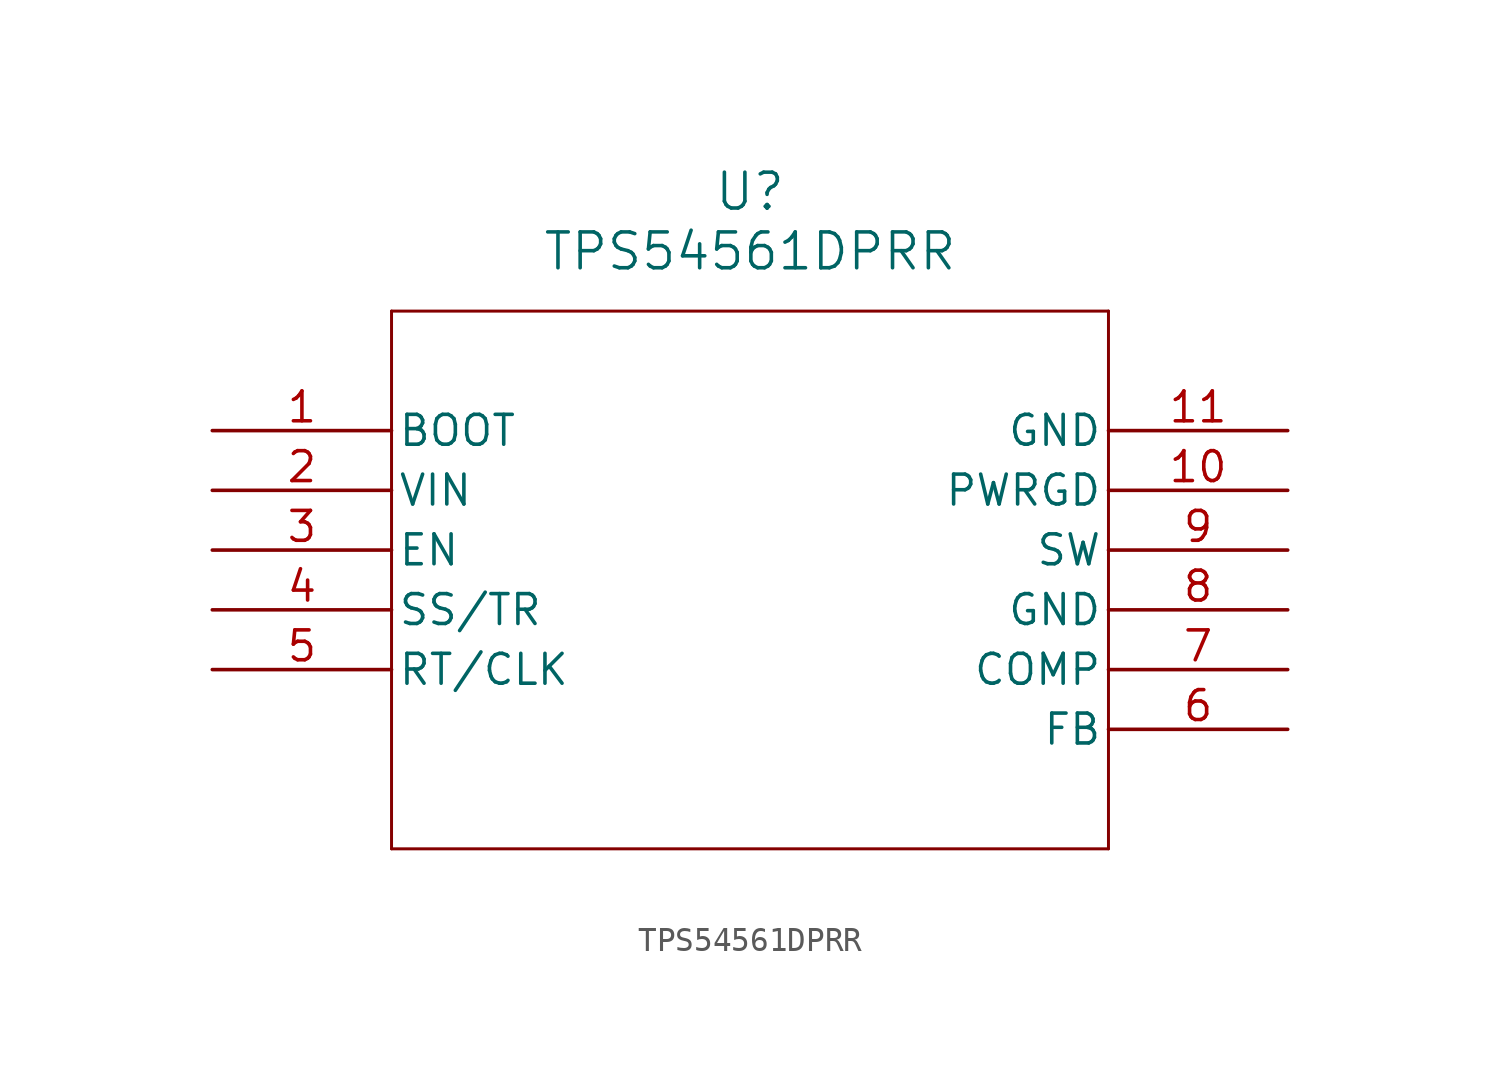
<source format=kicad_sym>
(kicad_symbol_lib
  (version 20211014)
  (generator kicad_symbol_editor)
  (symbol "TPS54561DPRR"
    (pin_names
      (offset 0.254))
    (property "Reference" "U"
      (at 22.86 10.16 0)
      (effects (font (size 1.524 1.524))))
    (property "Value" "TPS54561DPRR"
      (at 22.86 7.62 0)
      (effects (font (size 1.524 1.524))))
    (symbol "TPS54561DPRR_0_1"
      (polyline (pts (xy 7.62 5.08) (xy 7.62 -17.78)) (stroke (width 0.127) (type default) (color 0 0 0 0)) (fill (type none)))
      (polyline (pts (xy 7.62 -17.78) (xy 38.1 -17.78)) (stroke (width 0.127) (type default) (color 0 0 0 0)) (fill (type none)))
      (polyline (pts (xy 38.1 -17.78) (xy 38.1 5.08)) (stroke (width 0.127) (type default) (color 0 0 0 0)) (fill (type none)))
      (polyline (pts (xy 38.1 5.08) (xy 7.62 5.08)) (stroke (width 0.127) (type default) (color 0 0 0 0)) (fill (type none)))
      (pin output line (at 0 0 0) (length 7.62) (name "BOOT" (effects (font (size 1.27 1.27)))) (number "1" (effects (font (size 1.27 1.27)))))
      (pin power_in line (at 0 -2.54 0) (length 7.62) (name "VIN" (effects (font (size 1.27 1.27)))) (number "2" (effects (font (size 1.27 1.27)))))
      (pin input line (at 0 -5.08 0) (length 7.62) (name "EN" (effects (font (size 1.27 1.27)))) (number "3" (effects (font (size 1.27 1.27)))))
      (pin input line (at 0 -7.62 0) (length 7.62) (name "SS/TR" (effects (font (size 1.27 1.27)))) (number "4" (effects (font (size 1.27 1.27)))))
      (pin input line (at 0 -10.16 0) (length 7.62) (name "RT/CLK" (effects (font (size 1.27 1.27)))) (number "5" (effects (font (size 1.27 1.27)))))
      (pin input line (at 45.72 -12.7 180) (length 7.62) (name "FB" (effects (font (size 1.27 1.27)))) (number "6" (effects (font (size 1.27 1.27)))))
      (pin output line (at 45.72 -10.16 180) (length 7.62) (name "COMP" (effects (font (size 1.27 1.27)))) (number "7" (effects (font (size 1.27 1.27)))))
      (pin power_out line (at 45.72 -7.62 180) (length 7.62) (name "GND" (effects (font (size 1.27 1.27)))) (number "8" (effects (font (size 1.27 1.27)))))
      (pin input line (at 45.72 -5.08 180) (length 7.62) (name "SW" (effects (font (size 1.27 1.27)))) (number "9" (effects (font (size 1.27 1.27)))))
      (pin input line (at 45.72 -2.54 180) (length 7.62) (name "PWRGD" (effects (font (size 1.27 1.27)))) (number "10" (effects (font (size 1.27 1.27)))))
      (pin power_out line (at 45.72 0 180) (length 7.62) (name "GND" (effects (font (size 1.27 1.27)))) (number "11" (effects (font (size 1.27 1.27))))))))
</source>
